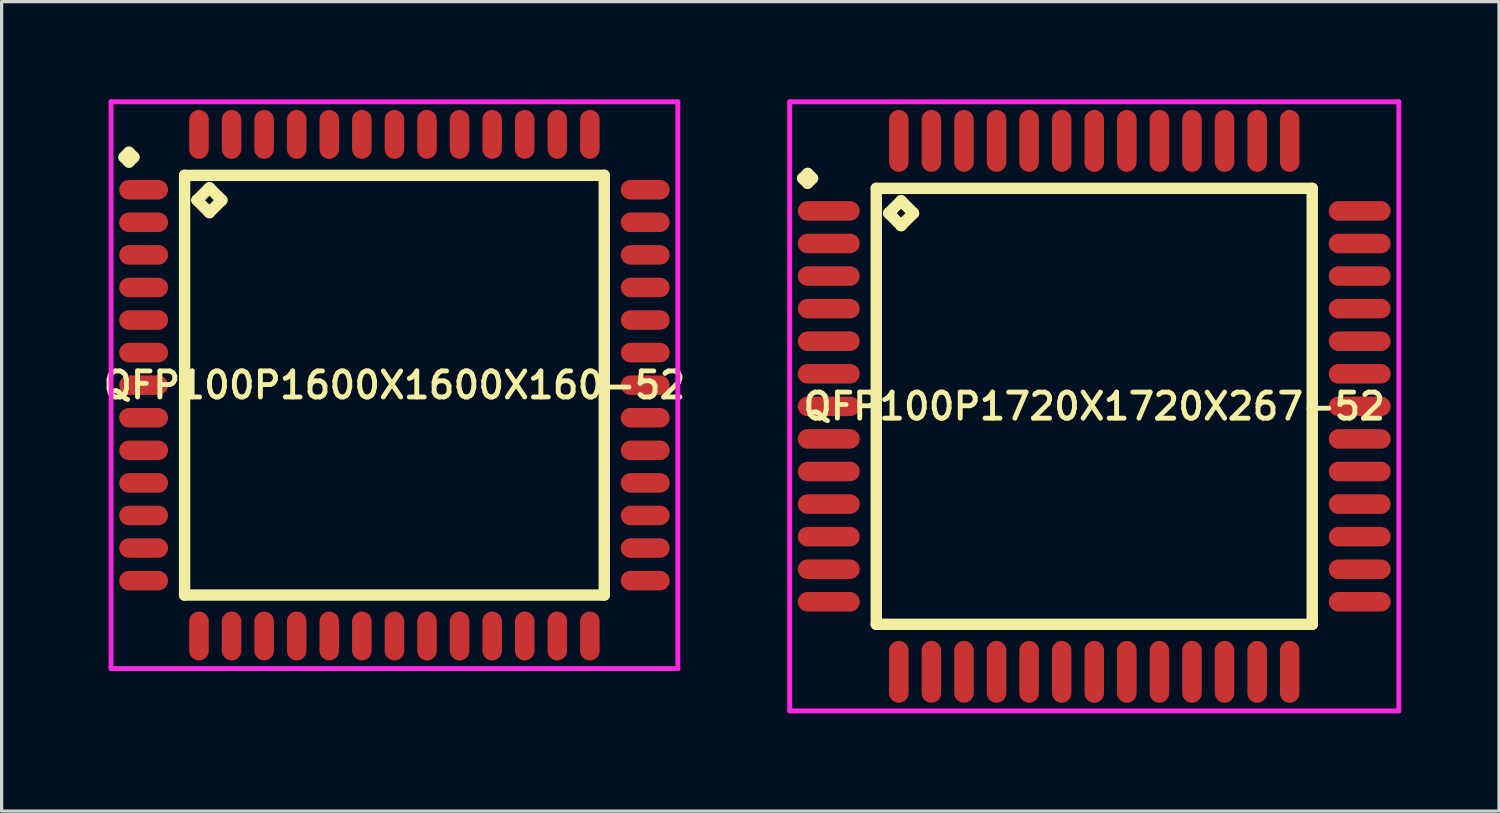
<source format=kicad_pcb>
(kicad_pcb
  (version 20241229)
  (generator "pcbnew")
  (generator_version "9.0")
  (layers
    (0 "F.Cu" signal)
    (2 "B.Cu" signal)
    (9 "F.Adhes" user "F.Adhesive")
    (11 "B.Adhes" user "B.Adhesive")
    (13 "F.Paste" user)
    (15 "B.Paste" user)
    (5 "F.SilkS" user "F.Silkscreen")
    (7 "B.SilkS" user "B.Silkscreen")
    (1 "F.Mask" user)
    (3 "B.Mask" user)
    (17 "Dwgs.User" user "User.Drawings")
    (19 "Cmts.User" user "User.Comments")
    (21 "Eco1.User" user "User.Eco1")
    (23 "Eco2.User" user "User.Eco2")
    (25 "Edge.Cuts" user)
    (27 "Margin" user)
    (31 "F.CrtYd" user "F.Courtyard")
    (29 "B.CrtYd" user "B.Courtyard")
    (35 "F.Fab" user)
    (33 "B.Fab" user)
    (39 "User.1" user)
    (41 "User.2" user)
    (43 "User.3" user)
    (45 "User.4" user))
  (footprint "QFP100P1720X1720X267-52"
    (layer "F.Cu")
    (at 30.544 9.425)
    (property "Reference" "QFP100P1720X1720X267-52" (at 0 0 0) (layer "F.SilkS") (effects (font (size 0.8 0.8) (thickness 0.15))))
    (attr smd)
    (fp_line (start -8.95 -7) (end -8.8 -7.15) (stroke (width 0.35) (type solid)) (layer "F.SilkS"))
    (fp_line (start -8.8 -7.15) (end -8.65 -7) (stroke (width 0.35) (type solid)) (layer "F.SilkS"))
    (fp_line (start -8.8 -6.85) (end -8.95 -7) (stroke (width 0.35) (type solid)) (layer "F.SilkS"))
    (fp_line (start -8.65 -7) (end -8.8 -6.85) (stroke (width 0.35) (type solid)) (layer "F.SilkS"))
    (fp_line (start -6.692 -6.692) (end -6.692 6.692) (stroke (width 0.35) (type solid)) (layer "F.SilkS"))
    (fp_line (start -6.692 6.692) (end 6.692 6.692) (stroke (width 0.35) (type solid)) (layer "F.SilkS"))
    (fp_line (start -6.311 -5.93) (end -5.93 -6.311) (stroke (width 0.35) (type solid)) (layer "F.SilkS"))
    (fp_line (start -5.93 -6.311) (end -5.549 -5.93) (stroke (width 0.35) (type solid)) (layer "F.SilkS"))
    (fp_line (start -5.93 -5.549) (end -6.311 -5.93) (stroke (width 0.35) (type solid)) (layer "F.SilkS"))
    (fp_line (start -5.549 -5.93) (end -5.93 -5.549) (stroke (width 0.35) (type solid)) (layer "F.SilkS"))
    (fp_line (start 6.692 -6.692) (end -6.692 -6.692) (stroke (width 0.35) (type solid)) (layer "F.SilkS"))
    (fp_line (start 6.692 6.692) (end 6.692 -6.692) (stroke (width 0.35) (type solid)) (layer "F.SilkS"))
    (fp_line (start -9.35 -9.35) (end 9.35 -9.35) (stroke (width 0.15) (type solid)) (layer "F.CrtYd"))
    (fp_line (start -9.35 9.35) (end -9.35 -9.35) (stroke (width 0.15) (type solid)) (layer "F.CrtYd"))
    (fp_line (start 9.35 -9.35) (end 9.35 9.35) (stroke (width 0.15) (type solid)) (layer "F.CrtYd"))
    (fp_line (start 9.35 9.35) (end -9.35 9.35) (stroke (width 0.15) (type solid)) (layer "F.CrtYd"))
    (pad "1" smd oval (at -8.15 -6) (size 1.9 0.6) (layers "F.Cu" "F.Mask" "F.Paste"))
    (pad "2" smd oval (at -8.15 -5) (size 1.9 0.6) (layers "F.Cu" "F.Mask" "F.Paste"))
    (pad "3" smd oval (at -8.15 -4) (size 1.9 0.6) (layers "F.Cu" "F.Mask" "F.Paste"))
    (pad "4" smd oval (at -8.15 -3) (size 1.9 0.6) (layers "F.Cu" "F.Mask" "F.Paste"))
    (pad "5" smd oval (at -8.15 -2) (size 1.9 0.6) (layers "F.Cu" "F.Mask" "F.Paste"))
    (pad "6" smd oval (at -8.15 -1) (size 1.9 0.6) (layers "F.Cu" "F.Mask" "F.Paste"))
    (pad "7" smd oval (at -8.15 0) (size 1.9 0.6) (layers "F.Cu" "F.Mask" "F.Paste"))
    (pad "8" smd oval (at -8.15 1) (size 1.9 0.6) (layers "F.Cu" "F.Mask" "F.Paste"))
    (pad "9" smd oval (at -8.15 2) (size 1.9 0.6) (layers "F.Cu" "F.Mask" "F.Paste"))
    (pad "10" smd oval (at -8.15 3) (size 1.9 0.6) (layers "F.Cu" "F.Mask" "F.Paste"))
    (pad "11" smd oval (at -8.15 4) (size 1.9 0.6) (layers "F.Cu" "F.Mask" "F.Paste"))
    (pad "12" smd oval (at -8.15 5) (size 1.9 0.6) (layers "F.Cu" "F.Mask" "F.Paste"))
    (pad "13" smd oval (at -8.15 6) (size 1.9 0.6) (layers "F.Cu" "F.Mask" "F.Paste"))
    (pad "14" smd oval (at -6 8.15) (size 0.6 1.9) (layers "F.Cu" "F.Mask" "F.Paste"))
    (pad "15" smd oval (at -5 8.15) (size 0.6 1.9) (layers "F.Cu" "F.Mask" "F.Paste"))
    (pad "16" smd oval (at -4 8.15) (size 0.6 1.9) (layers "F.Cu" "F.Mask" "F.Paste"))
    (pad "17" smd oval (at -3 8.15) (size 0.6 1.9) (layers "F.Cu" "F.Mask" "F.Paste"))
    (pad "18" smd oval (at -2 8.15) (size 0.6 1.9) (layers "F.Cu" "F.Mask" "F.Paste"))
    (pad "19" smd oval (at -1 8.15) (size 0.6 1.9) (layers "F.Cu" "F.Mask" "F.Paste"))
    (pad "20" smd oval (at 0 8.15) (size 0.6 1.9) (layers "F.Cu" "F.Mask" "F.Paste"))
    (pad "21" smd oval (at 1 8.15) (size 0.6 1.9) (layers "F.Cu" "F.Mask" "F.Paste"))
    (pad "22" smd oval (at 2 8.15) (size 0.6 1.9) (layers "F.Cu" "F.Mask" "F.Paste"))
    (pad "23" smd oval (at 3 8.15) (size 0.6 1.9) (layers "F.Cu" "F.Mask" "F.Paste"))
    (pad "24" smd oval (at 4 8.15) (size 0.6 1.9) (layers "F.Cu" "F.Mask" "F.Paste"))
    (pad "25" smd oval (at 5 8.15) (size 0.6 1.9) (layers "F.Cu" "F.Mask" "F.Paste"))
    (pad "26" smd oval (at 6 8.15) (size 0.6 1.9) (layers "F.Cu" "F.Mask" "F.Paste"))
    (pad "27" smd oval (at 8.15 6) (size 1.9 0.6) (layers "F.Cu" "F.Mask" "F.Paste"))
    (pad "28" smd oval (at 8.15 5) (size 1.9 0.6) (layers "F.Cu" "F.Mask" "F.Paste"))
    (pad "29" smd oval (at 8.15 4) (size 1.9 0.6) (layers "F.Cu" "F.Mask" "F.Paste"))
    (pad "30" smd oval (at 8.15 3) (size 1.9 0.6) (layers "F.Cu" "F.Mask" "F.Paste"))
    (pad "31" smd oval (at 8.15 2) (size 1.9 0.6) (layers "F.Cu" "F.Mask" "F.Paste"))
    (pad "32" smd oval (at 8.15 1) (size 1.9 0.6) (layers "F.Cu" "F.Mask" "F.Paste"))
    (pad "33" smd oval (at 8.15 0) (size 1.9 0.6) (layers "F.Cu" "F.Mask" "F.Paste"))
    (pad "34" smd oval (at 8.15 -1) (size 1.9 0.6) (layers "F.Cu" "F.Mask" "F.Paste"))
    (pad "35" smd oval (at 8.15 -2) (size 1.9 0.6) (layers "F.Cu" "F.Mask" "F.Paste"))
    (pad "36" smd oval (at 8.15 -3) (size 1.9 0.6) (layers "F.Cu" "F.Mask" "F.Paste"))
    (pad "37" smd oval (at 8.15 -4) (size 1.9 0.6) (layers "F.Cu" "F.Mask" "F.Paste"))
    (pad "38" smd oval (at 8.15 -5) (size 1.9 0.6) (layers "F.Cu" "F.Mask" "F.Paste"))
    (pad "39" smd oval (at 8.15 -6) (size 1.9 0.6) (layers "F.Cu" "F.Mask" "F.Paste"))
    (pad "40" smd oval (at 6 -8.15) (size 0.6 1.9) (layers "F.Cu" "F.Mask" "F.Paste"))
    (pad "41" smd oval (at 5 -8.15) (size 0.6 1.9) (layers "F.Cu" "F.Mask" "F.Paste"))
    (pad "42" smd oval (at 4 -8.15) (size 0.6 1.9) (layers "F.Cu" "F.Mask" "F.Paste"))
    (pad "43" smd oval (at 3 -8.15) (size 0.6 1.9) (layers "F.Cu" "F.Mask" "F.Paste"))
    (pad "44" smd oval (at 2 -8.15) (size 0.6 1.9) (layers "F.Cu" "F.Mask" "F.Paste"))
    (pad "45" smd oval (at 1 -8.15) (size 0.6 1.9) (layers "F.Cu" "F.Mask" "F.Paste"))
    (pad "46" smd oval (at 0 -8.15) (size 0.6 1.9) (layers "F.Cu" "F.Mask" "F.Paste"))
    (pad "47" smd oval (at -1 -8.15) (size 0.6 1.9) (layers "F.Cu" "F.Mask" "F.Paste"))
    (pad "48" smd oval (at -2 -8.15) (size 0.6 1.9) (layers "F.Cu" "F.Mask" "F.Paste"))
    (pad "49" smd oval (at -3 -8.15) (size 0.6 1.9) (layers "F.Cu" "F.Mask" "F.Paste"))
    (pad "50" smd oval (at -4 -8.15) (size 0.6 1.9) (layers "F.Cu" "F.Mask" "F.Paste"))
    (pad "51" smd oval (at -5 -8.15) (size 0.6 1.9) (layers "F.Cu" "F.Mask" "F.Paste"))
    (pad "52" smd oval (at -6 -8.15) (size 0.6 1.9) (layers "F.Cu" "F.Mask" "F.Paste")))
  (footprint "QFP100P1600X1600X160-52"
    (layer "F.Cu")
    (at 9.059 8.775)
    (property "Reference" "QFP100P1600X1600X160-52" (at 0 0 0) (layer "F.SilkS") (effects (font (size 0.8 0.8) (thickness 0.15))))
    (attr smd)
    (fp_line (start -8.3 -7) (end -8.15 -7.15) (stroke (width 0.35) (type solid)) (layer "F.SilkS"))
    (fp_line (start -8.15 -7.15) (end -8 -7) (stroke (width 0.35) (type solid)) (layer "F.SilkS"))
    (fp_line (start -8.15 -6.85) (end -8.3 -7) (stroke (width 0.35) (type solid)) (layer "F.SilkS"))
    (fp_line (start -8 -7) (end -8.15 -6.85) (stroke (width 0.35) (type solid)) (layer "F.SilkS"))
    (fp_line (start -6.442 -6.442) (end -6.442 6.442) (stroke (width 0.35) (type solid)) (layer "F.SilkS"))
    (fp_line (start -6.442 6.442) (end 6.442 6.442) (stroke (width 0.35) (type solid)) (layer "F.SilkS"))
    (fp_line (start -6.061 -5.68) (end -5.68 -6.061) (stroke (width 0.35) (type solid)) (layer "F.SilkS"))
    (fp_line (start -5.68 -6.061) (end -5.299 -5.68) (stroke (width 0.35) (type solid)) (layer "F.SilkS"))
    (fp_line (start -5.68 -5.299) (end -6.061 -5.68) (stroke (width 0.35) (type solid)) (layer "F.SilkS"))
    (fp_line (start -5.299 -5.68) (end -5.68 -5.299) (stroke (width 0.35) (type solid)) (layer "F.SilkS"))
    (fp_line (start 6.442 -6.442) (end -6.442 -6.442) (stroke (width 0.35) (type solid)) (layer "F.SilkS"))
    (fp_line (start 6.442 6.442) (end 6.442 -6.442) (stroke (width 0.35) (type solid)) (layer "F.SilkS"))
    (fp_line (start -8.7 -8.7) (end 8.7 -8.7) (stroke (width 0.15) (type solid)) (layer "F.CrtYd"))
    (fp_line (start -8.7 8.7) (end -8.7 -8.7) (stroke (width 0.15) (type solid)) (layer "F.CrtYd"))
    (fp_line (start 8.7 -8.7) (end 8.7 8.7) (stroke (width 0.15) (type solid)) (layer "F.CrtYd"))
    (fp_line (start 8.7 8.7) (end -8.7 8.7) (stroke (width 0.15) (type solid)) (layer "F.CrtYd"))
    (pad "1" smd oval (at -7.7 -6) (size 1.5 0.6) (layers "F.Cu" "F.Mask" "F.Paste"))
    (pad "2" smd oval (at -7.7 -5) (size 1.5 0.6) (layers "F.Cu" "F.Mask" "F.Paste"))
    (pad "3" smd oval (at -7.7 -4) (size 1.5 0.6) (layers "F.Cu" "F.Mask" "F.Paste"))
    (pad "4" smd oval (at -7.7 -3) (size 1.5 0.6) (layers "F.Cu" "F.Mask" "F.Paste"))
    (pad "5" smd oval (at -7.7 -2) (size 1.5 0.6) (layers "F.Cu" "F.Mask" "F.Paste"))
    (pad "6" smd oval (at -7.7 -1) (size 1.5 0.6) (layers "F.Cu" "F.Mask" "F.Paste"))
    (pad "7" smd oval (at -7.7 0) (size 1.5 0.6) (layers "F.Cu" "F.Mask" "F.Paste"))
    (pad "8" smd oval (at -7.7 1) (size 1.5 0.6) (layers "F.Cu" "F.Mask" "F.Paste"))
    (pad "9" smd oval (at -7.7 2) (size 1.5 0.6) (layers "F.Cu" "F.Mask" "F.Paste"))
    (pad "10" smd oval (at -7.7 3) (size 1.5 0.6) (layers "F.Cu" "F.Mask" "F.Paste"))
    (pad "11" smd oval (at -7.7 4) (size 1.5 0.6) (layers "F.Cu" "F.Mask" "F.Paste"))
    (pad "12" smd oval (at -7.7 5) (size 1.5 0.6) (layers "F.Cu" "F.Mask" "F.Paste"))
    (pad "13" smd oval (at -7.7 6) (size 1.5 0.6) (layers "F.Cu" "F.Mask" "F.Paste"))
    (pad "14" smd oval (at -6 7.7) (size 0.6 1.5) (layers "F.Cu" "F.Mask" "F.Paste"))
    (pad "15" smd oval (at -5 7.7) (size 0.6 1.5) (layers "F.Cu" "F.Mask" "F.Paste"))
    (pad "16" smd oval (at -4 7.7) (size 0.6 1.5) (layers "F.Cu" "F.Mask" "F.Paste"))
    (pad "17" smd oval (at -3 7.7) (size 0.6 1.5) (layers "F.Cu" "F.Mask" "F.Paste"))
    (pad "18" smd oval (at -2 7.7) (size 0.6 1.5) (layers "F.Cu" "F.Mask" "F.Paste"))
    (pad "19" smd oval (at -1 7.7) (size 0.6 1.5) (layers "F.Cu" "F.Mask" "F.Paste"))
    (pad "20" smd oval (at 0 7.7) (size 0.6 1.5) (layers "F.Cu" "F.Mask" "F.Paste"))
    (pad "21" smd oval (at 1 7.7) (size 0.6 1.5) (layers "F.Cu" "F.Mask" "F.Paste"))
    (pad "22" smd oval (at 2 7.7) (size 0.6 1.5) (layers "F.Cu" "F.Mask" "F.Paste"))
    (pad "23" smd oval (at 3 7.7) (size 0.6 1.5) (layers "F.Cu" "F.Mask" "F.Paste"))
    (pad "24" smd oval (at 4 7.7) (size 0.6 1.5) (layers "F.Cu" "F.Mask" "F.Paste"))
    (pad "25" smd oval (at 5 7.7) (size 0.6 1.5) (layers "F.Cu" "F.Mask" "F.Paste"))
    (pad "26" smd oval (at 6 7.7) (size 0.6 1.5) (layers "F.Cu" "F.Mask" "F.Paste"))
    (pad "27" smd oval (at 7.7 6) (size 1.5 0.6) (layers "F.Cu" "F.Mask" "F.Paste"))
    (pad "28" smd oval (at 7.7 5) (size 1.5 0.6) (layers "F.Cu" "F.Mask" "F.Paste"))
    (pad "29" smd oval (at 7.7 4) (size 1.5 0.6) (layers "F.Cu" "F.Mask" "F.Paste"))
    (pad "30" smd oval (at 7.7 3) (size 1.5 0.6) (layers "F.Cu" "F.Mask" "F.Paste"))
    (pad "31" smd oval (at 7.7 2) (size 1.5 0.6) (layers "F.Cu" "F.Mask" "F.Paste"))
    (pad "32" smd oval (at 7.7 1) (size 1.5 0.6) (layers "F.Cu" "F.Mask" "F.Paste"))
    (pad "33" smd oval (at 7.7 0) (size 1.5 0.6) (layers "F.Cu" "F.Mask" "F.Paste"))
    (pad "34" smd oval (at 7.7 -1) (size 1.5 0.6) (layers "F.Cu" "F.Mask" "F.Paste"))
    (pad "35" smd oval (at 7.7 -2) (size 1.5 0.6) (layers "F.Cu" "F.Mask" "F.Paste"))
    (pad "36" smd oval (at 7.7 -3) (size 1.5 0.6) (layers "F.Cu" "F.Mask" "F.Paste"))
    (pad "37" smd oval (at 7.7 -4) (size 1.5 0.6) (layers "F.Cu" "F.Mask" "F.Paste"))
    (pad "38" smd oval (at 7.7 -5) (size 1.5 0.6) (layers "F.Cu" "F.Mask" "F.Paste"))
    (pad "39" smd oval (at 7.7 -6) (size 1.5 0.6) (layers "F.Cu" "F.Mask" "F.Paste"))
    (pad "40" smd oval (at 6 -7.7) (size 0.6 1.5) (layers "F.Cu" "F.Mask" "F.Paste"))
    (pad "41" smd oval (at 5 -7.7) (size 0.6 1.5) (layers "F.Cu" "F.Mask" "F.Paste"))
    (pad "42" smd oval (at 4 -7.7) (size 0.6 1.5) (layers "F.Cu" "F.Mask" "F.Paste"))
    (pad "43" smd oval (at 3 -7.7) (size 0.6 1.5) (layers "F.Cu" "F.Mask" "F.Paste"))
    (pad "44" smd oval (at 2 -7.7) (size 0.6 1.5) (layers "F.Cu" "F.Mask" "F.Paste"))
    (pad "45" smd oval (at 1 -7.7) (size 0.6 1.5) (layers "F.Cu" "F.Mask" "F.Paste"))
    (pad "46" smd oval (at 0 -7.7) (size 0.6 1.5) (layers "F.Cu" "F.Mask" "F.Paste"))
    (pad "47" smd oval (at -1 -7.7) (size 0.6 1.5) (layers "F.Cu" "F.Mask" "F.Paste"))
    (pad "48" smd oval (at -2 -7.7) (size 0.6 1.5) (layers "F.Cu" "F.Mask" "F.Paste"))
    (pad "49" smd oval (at -3 -7.7) (size 0.6 1.5) (layers "F.Cu" "F.Mask" "F.Paste"))
    (pad "50" smd oval (at -4 -7.7) (size 0.6 1.5) (layers "F.Cu" "F.Mask" "F.Paste"))
    (pad "51" smd oval (at -5 -7.7) (size 0.6 1.5) (layers "F.Cu" "F.Mask" "F.Paste"))
    (pad "52" smd oval (at -6 -7.7) (size 0.6 1.5) (layers "F.Cu" "F.Mask" "F.Paste")))
  (gr_rect
    (start -3 -3)
    (end 42.969 21.85)
    (stroke (width 0.1) (type default))
    (fill no)
    (layer "Edge.Cuts")))
</source>
